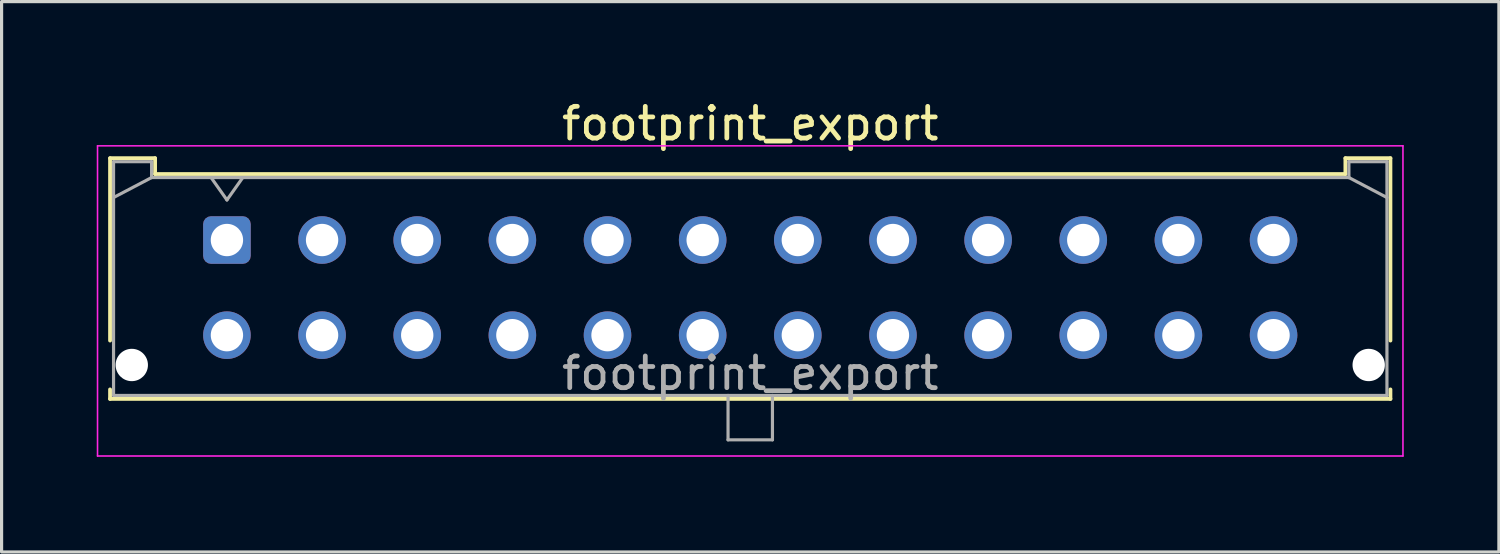
<source format=kicad_pcb>
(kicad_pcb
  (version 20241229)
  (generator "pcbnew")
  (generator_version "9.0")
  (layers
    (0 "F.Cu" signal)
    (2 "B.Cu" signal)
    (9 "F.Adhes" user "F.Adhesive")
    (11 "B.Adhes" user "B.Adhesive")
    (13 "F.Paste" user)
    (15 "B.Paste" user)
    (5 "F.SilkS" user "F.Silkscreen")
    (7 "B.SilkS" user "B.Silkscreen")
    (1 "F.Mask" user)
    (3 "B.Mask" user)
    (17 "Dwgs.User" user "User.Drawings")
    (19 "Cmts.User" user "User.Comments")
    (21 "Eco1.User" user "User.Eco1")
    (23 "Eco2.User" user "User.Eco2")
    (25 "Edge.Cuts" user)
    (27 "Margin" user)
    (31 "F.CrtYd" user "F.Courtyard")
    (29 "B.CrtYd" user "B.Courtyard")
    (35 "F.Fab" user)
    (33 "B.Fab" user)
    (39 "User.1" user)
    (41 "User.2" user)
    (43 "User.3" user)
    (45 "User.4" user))
  (footprint "footprint_export"
    (layer "F.Cu")
    (at 4.105 4.518)
    (property "Reference" "footprint_export" (at 16.5 -3.67 0) (layer "F.SilkS") (effects (font (size 1 1) (thickness 0.15))))
    (attr through_hole)
    (fp_line (start -3.685 -2.58) (end -2.265 -2.58) (stroke (width 0.12) (type solid)) (layer "F.SilkS"))
    (fp_line (start -3.685 3.17) (end -3.685 -2.58) (stroke (width 0.12) (type solid)) (layer "F.SilkS"))
    (fp_line (start -3.685 4.71) (end -3.685 5.01) (stroke (width 0.12) (type solid)) (layer "F.SilkS"))
    (fp_line (start -3.685 5.01) (end 36.685 5.01) (stroke (width 0.12) (type solid)) (layer "F.SilkS"))
    (fp_line (start -2.265 -2.58) (end -2.265 -2.08) (stroke (width 0.12) (type solid)) (layer "F.SilkS"))
    (fp_line (start -2.265 -2.08) (end 35.265 -2.08) (stroke (width 0.12) (type solid)) (layer "F.SilkS"))
    (fp_line (start 35.265 -2.58) (end 36.685 -2.58) (stroke (width 0.12) (type solid)) (layer "F.SilkS"))
    (fp_line (start 35.265 -2.08) (end 35.265 -2.58) (stroke (width 0.12) (type solid)) (layer "F.SilkS"))
    (fp_line (start 36.685 -2.58) (end 36.685 3.17) (stroke (width 0.12) (type solid)) (layer "F.SilkS"))
    (fp_line (start 36.685 5.01) (end 36.685 4.71) (stroke (width 0.12) (type solid)) (layer "F.SilkS"))
    (fp_line (start -4.08 -2.97) (end 37.08 -2.97) (stroke (width 0.05) (type solid)) (layer "F.CrtYd"))
    (fp_line (start -4.08 6.81) (end -4.08 -2.97) (stroke (width 0.05) (type solid)) (layer "F.CrtYd"))
    (fp_line (start 37.08 -2.97) (end 37.08 6.81) (stroke (width 0.05) (type solid)) (layer "F.CrtYd"))
    (fp_line (start 37.08 6.81) (end -4.08 6.81) (stroke (width 0.05) (type solid)) (layer "F.CrtYd"))
    (fp_line (start -3.575 -2.47) (end -3.575 4.9) (stroke (width 0.1) (type solid)) (layer "F.Fab"))
    (fp_line (start -3.575 -1.34) (end -2.375 -1.97) (stroke (width 0.1) (type solid)) (layer "F.Fab"))
    (fp_line (start -3.575 4.9) (end 36.575 4.9) (stroke (width 0.1) (type solid)) (layer "F.Fab"))
    (fp_line (start -2.375 -2.47) (end -3.575 -2.47) (stroke (width 0.1) (type solid)) (layer "F.Fab"))
    (fp_line (start -2.375 -1.97) (end -2.375 -2.47) (stroke (width 0.1) (type solid)) (layer "F.Fab"))
    (fp_line (start -0.5 -1.97) (end 0 -1.263) (stroke (width 0.1) (type solid)) (layer "F.Fab"))
    (fp_line (start 0 -1.263) (end 0.5 -1.97) (stroke (width 0.1) (type solid)) (layer "F.Fab"))
    (fp_line (start 15.8 4.9) (end 15.8 6.3) (stroke (width 0.1) (type solid)) (layer "F.Fab"))
    (fp_line (start 15.8 6.3) (end 17.2 6.3) (stroke (width 0.1) (type solid)) (layer "F.Fab"))
    (fp_line (start 17.2 6.3) (end 17.2 4.9) (stroke (width 0.1) (type solid)) (layer "F.Fab"))
    (fp_line (start 35.375 -2.47) (end 35.375 -1.97) (stroke (width 0.1) (type solid)) (layer "F.Fab"))
    (fp_line (start 35.375 -1.97) (end -2.375 -1.97) (stroke (width 0.1) (type solid)) (layer "F.Fab"))
    (fp_line (start 36.575 -2.47) (end 35.375 -2.47) (stroke (width 0.1) (type solid)) (layer "F.Fab"))
    (fp_line (start 36.575 -1.34) (end 35.375 -1.97) (stroke (width 0.1) (type solid)) (layer "F.Fab"))
    (fp_line (start 36.575 4.9) (end 36.575 -2.47) (stroke (width 0.1) (type solid)) (layer "F.Fab"))
    (fp_text user "${REFERENCE}" (at 16.5 4.2 0) (layer "F.Fab") (effects (font (size 1 1) (thickness 0.15))))
    (pad "" np_thru_hole circle (at -3 3.94) (size 1.02 1.02) (drill 1.02) (layers "*.Cu" "*.Mask"))
    (pad "" np_thru_hole circle (at 36 3.94) (size 1.02 1.02) (drill 1.02) (layers "*.Cu" "*.Mask"))
    (pad "1" thru_hole roundrect (at 0 0) (size 1.5 1.5) (drill 1.02) (layers "*.Cu" "*.Mask") (roundrect_rratio 0.167))
    (pad "2" thru_hole circle (at 3 0) (size 1.5 1.5) (drill 1.02) (layers "*.Cu" "*.Mask"))
    (pad "3" thru_hole circle (at 6 0) (size 1.5 1.5) (drill 1.02) (layers "*.Cu" "*.Mask"))
    (pad "4" thru_hole circle (at 9 0) (size 1.5 1.5) (drill 1.02) (layers "*.Cu" "*.Mask"))
    (pad "5" thru_hole circle (at 12 0) (size 1.5 1.5) (drill 1.02) (layers "*.Cu" "*.Mask"))
    (pad "6" thru_hole circle (at 15 0) (size 1.5 1.5) (drill 1.02) (layers "*.Cu" "*.Mask"))
    (pad "7" thru_hole circle (at 18 0) (size 1.5 1.5) (drill 1.02) (layers "*.Cu" "*.Mask"))
    (pad "8" thru_hole circle (at 21 0) (size 1.5 1.5) (drill 1.02) (layers "*.Cu" "*.Mask"))
    (pad "9" thru_hole circle (at 24 0) (size 1.5 1.5) (drill 1.02) (layers "*.Cu" "*.Mask"))
    (pad "10" thru_hole circle (at 27 0) (size 1.5 1.5) (drill 1.02) (layers "*.Cu" "*.Mask"))
    (pad "11" thru_hole circle (at 30 0) (size 1.5 1.5) (drill 1.02) (layers "*.Cu" "*.Mask"))
    (pad "12" thru_hole circle (at 33 0) (size 1.5 1.5) (drill 1.02) (layers "*.Cu" "*.Mask"))
    (pad "13" thru_hole circle (at 0 3) (size 1.5 1.5) (drill 1.02) (layers "*.Cu" "*.Mask"))
    (pad "14" thru_hole circle (at 3 3) (size 1.5 1.5) (drill 1.02) (layers "*.Cu" "*.Mask"))
    (pad "15" thru_hole circle (at 6 3) (size 1.5 1.5) (drill 1.02) (layers "*.Cu" "*.Mask"))
    (pad "16" thru_hole circle (at 9 3) (size 1.5 1.5) (drill 1.02) (layers "*.Cu" "*.Mask"))
    (pad "17" thru_hole circle (at 12 3) (size 1.5 1.5) (drill 1.02) (layers "*.Cu" "*.Mask"))
    (pad "18" thru_hole circle (at 15 3) (size 1.5 1.5) (drill 1.02) (layers "*.Cu" "*.Mask"))
    (pad "19" thru_hole circle (at 18 3) (size 1.5 1.5) (drill 1.02) (layers "*.Cu" "*.Mask"))
    (pad "20" thru_hole circle (at 21 3) (size 1.5 1.5) (drill 1.02) (layers "*.Cu" "*.Mask"))
    (pad "21" thru_hole circle (at 24 3) (size 1.5 1.5) (drill 1.02) (layers "*.Cu" "*.Mask"))
    (pad "22" thru_hole circle (at 27 3) (size 1.5 1.5) (drill 1.02) (layers "*.Cu" "*.Mask"))
    (pad "23" thru_hole circle (at 30 3) (size 1.5 1.5) (drill 1.02) (layers "*.Cu" "*.Mask"))
    (pad "24" thru_hole circle (at 33 3) (size 1.5 1.5) (drill 1.02) (layers "*.Cu" "*.Mask")))
  (gr_rect
    (start -3 -3)
    (end 44.21 14.353)
    (stroke (width 0.1) (type default))
    (fill no)
    (layer "Edge.Cuts")))
</source>
